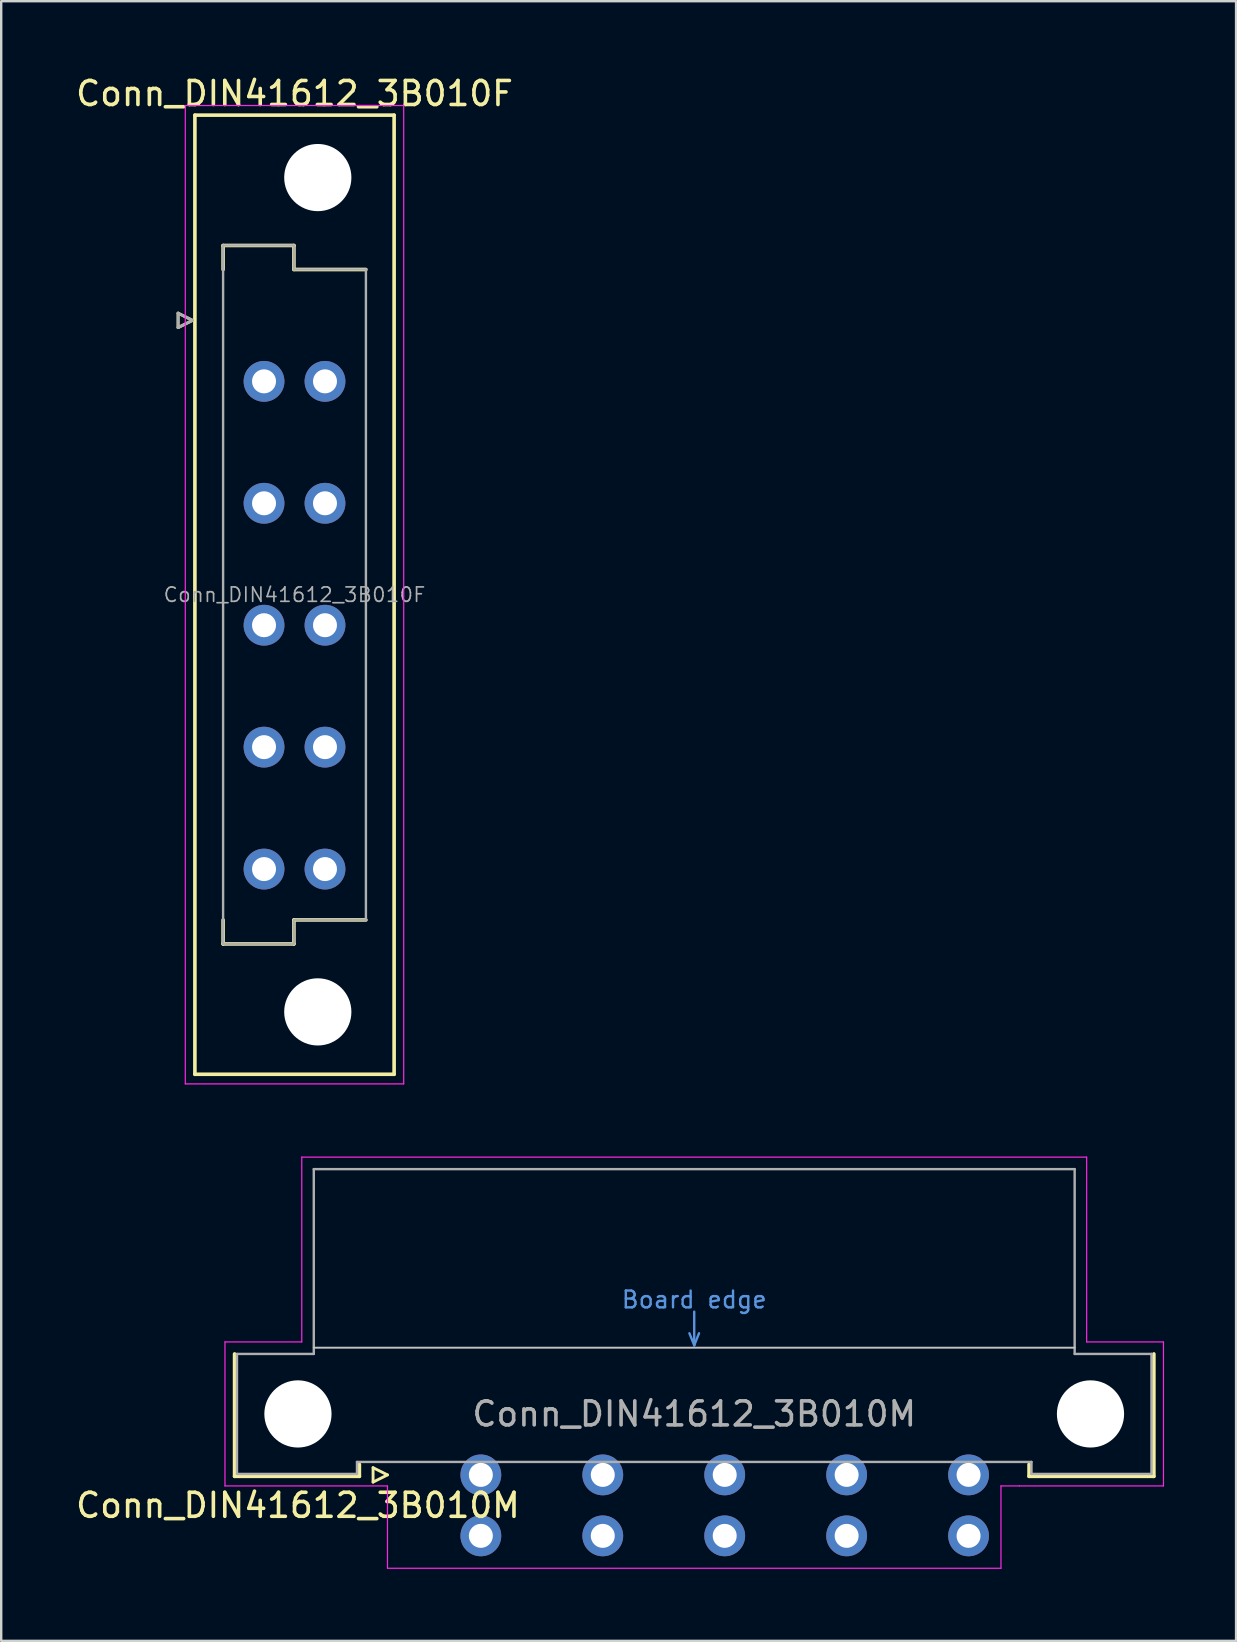
<source format=kicad_pcb>
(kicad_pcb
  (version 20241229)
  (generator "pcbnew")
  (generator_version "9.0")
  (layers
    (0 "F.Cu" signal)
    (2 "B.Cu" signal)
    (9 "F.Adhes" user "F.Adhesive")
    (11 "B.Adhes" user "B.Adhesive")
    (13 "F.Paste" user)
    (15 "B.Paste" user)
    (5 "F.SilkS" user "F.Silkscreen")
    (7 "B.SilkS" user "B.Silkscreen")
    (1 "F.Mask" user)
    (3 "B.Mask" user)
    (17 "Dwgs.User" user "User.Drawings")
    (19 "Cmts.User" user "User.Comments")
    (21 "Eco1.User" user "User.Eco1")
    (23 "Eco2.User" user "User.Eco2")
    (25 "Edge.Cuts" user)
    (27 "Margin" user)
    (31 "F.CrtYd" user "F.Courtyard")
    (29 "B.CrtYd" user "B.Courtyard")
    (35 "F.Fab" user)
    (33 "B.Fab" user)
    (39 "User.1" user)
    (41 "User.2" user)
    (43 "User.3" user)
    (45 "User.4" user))
  (footprint "Conn_DIN41612_3B010M"
    (layer "F.Cu")
    (at 14.443 58.398)
    (property "Reference" "Conn_DIN41612_3B010M" (at -5.08 1.27 0) (layer "F.SilkS") (effects (font (size 1 1) (thickness 0.15))))
    (attr through_hole)
    (fp_line (start -7.72 0.06) (end -7.72 -5.04) (stroke (width 0.15) (type solid)) (layer "F.SilkS"))
    (fp_line (start -2.52 -0.44) (end -2.52 0.06) (stroke (width 0.15) (type solid)) (layer "F.SilkS"))
    (fp_line (start -2.52 0.06) (end -7.72 0.06) (stroke (width 0.15) (type solid)) (layer "F.SilkS"))
    (fp_line (start -1.95 -0.3) (end -1.95 0.3) (stroke (width 0.12) (type solid)) (layer "F.SilkS"))
    (fp_line (start -1.95 0.3) (end -1.35 0) (stroke (width 0.12) (type solid)) (layer "F.SilkS"))
    (fp_line (start -1.35 0) (end -1.95 -0.3) (stroke (width 0.12) (type solid)) (layer "F.SilkS"))
    (fp_line (start 25.38 -0.44) (end 25.38 0.06) (stroke (width 0.15) (type solid)) (layer "F.SilkS"))
    (fp_line (start 25.38 0.06) (end 30.58 0.06) (stroke (width 0.15) (type solid)) (layer "F.SilkS"))
    (fp_line (start 30.58 0.06) (end 30.58 -5.04) (stroke (width 0.15) (type solid)) (layer "F.SilkS"))
    (fp_line (start -4.42 -5.3) (end 27.28 -5.3) (stroke (width 0.08) (type solid)) (layer "Dwgs.User"))
    (fp_line (start 11.23 -5.9) (end 11.43 -5.4) (stroke (width 0.1) (type solid)) (layer "Cmts.User"))
    (fp_line (start 11.43 -6.8) (end 11.43 -5.4) (stroke (width 0.1) (type solid)) (layer "Cmts.User"))
    (fp_line (start 11.43 -5.4) (end 11.63 -5.9) (stroke (width 0.1) (type solid)) (layer "Cmts.User"))
    (fp_line (start -8.12 -5.54) (end -4.92 -5.54) (stroke (width 0.05) (type solid)) (layer "F.CrtYd"))
    (fp_line (start -8.12 0.46) (end -8.12 -5.54) (stroke (width 0.05) (type solid)) (layer "F.CrtYd"))
    (fp_line (start -4.92 -13.24) (end 27.78 -13.24) (stroke (width 0.05) (type solid)) (layer "F.CrtYd"))
    (fp_line (start -4.92 -5.54) (end -4.92 -13.24) (stroke (width 0.05) (type solid)) (layer "F.CrtYd"))
    (fp_line (start -1.35 0.46) (end -8.12 0.46) (stroke (width 0.05) (type solid)) (layer "F.CrtYd"))
    (fp_line (start -1.35 3.89) (end -1.35 0.46) (stroke (width 0.05) (type solid)) (layer "F.CrtYd"))
    (fp_line (start 24.21 0.46) (end 24.21 3.89) (stroke (width 0.05) (type solid)) (layer "F.CrtYd"))
    (fp_line (start 24.21 3.89) (end -1.35 3.89) (stroke (width 0.05) (type solid)) (layer "F.CrtYd"))
    (fp_line (start 24.98 0.46) (end 24.21 0.46) (stroke (width 0.05) (type solid)) (layer "F.CrtYd"))
    (fp_line (start 27.78 -13.24) (end 27.78 -5.54) (stroke (width 0.05) (type solid)) (layer "F.CrtYd"))
    (fp_line (start 27.78 -5.54) (end 30.98 -5.54) (stroke (width 0.05) (type solid)) (layer "F.CrtYd"))
    (fp_line (start 30.98 -5.54) (end 30.98 0.46) (stroke (width 0.05) (type solid)) (layer "F.CrtYd"))
    (fp_line (start 30.98 0.46) (end 24.98 0.46) (stroke (width 0.05) (type solid)) (layer "F.CrtYd"))
    (fp_line (start -7.62 -5.04) (end -4.42 -5.04) (stroke (width 0.1) (type solid)) (layer "F.Fab"))
    (fp_line (start -7.62 -0.04) (end -7.62 -5.04) (stroke (width 0.1) (type solid)) (layer "F.Fab"))
    (fp_line (start -4.42 -12.74) (end 27.28 -12.74) (stroke (width 0.1) (type solid)) (layer "F.Fab"))
    (fp_line (start -4.42 -5.04) (end -4.42 -12.74) (stroke (width 0.1) (type solid)) (layer "F.Fab"))
    (fp_line (start -2.62 -0.54) (end -2.62 -0.04) (stroke (width 0.1) (type solid)) (layer "F.Fab"))
    (fp_line (start -2.62 -0.04) (end -7.62 -0.04) (stroke (width 0.1) (type solid)) (layer "F.Fab"))
    (fp_line (start 25.48 -0.54) (end -2.62 -0.54) (stroke (width 0.1) (type solid)) (layer "F.Fab"))
    (fp_line (start 25.48 -0.04) (end 25.48 -0.54) (stroke (width 0.1) (type solid)) (layer "F.Fab"))
    (fp_line (start 27.28 -12.74) (end 27.28 -5.04) (stroke (width 0.1) (type solid)) (layer "F.Fab"))
    (fp_line (start 27.28 -5.04) (end 30.48 -5.04) (stroke (width 0.1) (type solid)) (layer "F.Fab"))
    (fp_line (start 30.48 -5.04) (end 30.48 -0.04) (stroke (width 0.1) (type solid)) (layer "F.Fab"))
    (fp_line (start 30.48 -0.04) (end 25.48 -0.04) (stroke (width 0.1) (type solid)) (layer "F.Fab"))
    (fp_text user "Board edge" (at 11.43 -7.3 0) (layer "Cmts.User") (effects (font (size 0.7 0.7) (thickness 0.1))))
    (fp_text user "${REFERENCE}" (at 11.43 -2.54 0) (layer "F.Fab") (effects (font (size 1 1) (thickness 0.15))))
    (pad "" np_thru_hole circle (at -5.08 -2.54) (size 2.8 2.8) (drill 2.8) (layers "*.Cu" "*.Mask"))
    (pad "" np_thru_hole circle (at 27.94 -2.54) (size 2.8 2.8) (drill 2.8) (layers "*.Cu" "*.Mask"))
    (pad "A2" thru_hole circle (at 2.54 0) (size 1.7 1.7) (drill 1) (layers "*.Cu" "*.Mask"))
    (pad "A4" thru_hole circle (at 7.62 0) (size 1.7 1.7) (drill 1) (layers "*.Cu" "*.Mask"))
    (pad "A6" thru_hole circle (at 12.7 0) (size 1.7 1.7) (drill 1) (layers "*.Cu" "*.Mask"))
    (pad "A8" thru_hole circle (at 17.78 0) (size 1.7 1.7) (drill 1) (layers "*.Cu" "*.Mask"))
    (pad "A10" thru_hole circle (at 22.86 0) (size 1.7 1.7) (drill 1) (layers "*.Cu" "*.Mask"))
    (pad "B2" thru_hole circle (at 2.54 2.54) (size 1.7 1.7) (drill 1) (layers "*.Cu" "*.Mask"))
    (pad "B4" thru_hole circle (at 7.62 2.54) (size 1.7 1.7) (drill 1) (layers "*.Cu" "*.Mask"))
    (pad "B6" thru_hole circle (at 12.7 2.54) (size 1.7 1.7) (drill 1) (layers "*.Cu" "*.Mask"))
    (pad "B8" thru_hole circle (at 17.78 2.54) (size 1.7 1.7) (drill 1) (layers "*.Cu" "*.Mask"))
    (pad "B10" thru_hole circle (at 22.86 2.54) (size 1.7 1.7) (drill 1) (layers "*.Cu" "*.Mask")))
  (footprint "Conn_DIN41612_3B010F"
    (layer "F.Cu")
    (at 7.95 10.298)
    (property "Reference" "Conn_DIN41612_3B010F" (at 1.27 -9.45 0) (layer "F.SilkS") (effects (font (size 1 1) (thickness 0.15))))
    (attr through_hole)
    (fp_line (start -3.58 -0.3) (end -3.58 0.3) (stroke (width 0.12) (type solid)) (layer "F.SilkS"))
    (fp_line (start -3.58 0.3) (end -2.98 0) (stroke (width 0.12) (type solid)) (layer "F.SilkS"))
    (fp_line (start -2.98 0) (end -3.58 -0.3) (stroke (width 0.12) (type solid)) (layer "F.SilkS"))
    (fp_line (start -2.88 -8.55) (end -2.88 31.41) (stroke (width 0.15) (type solid)) (layer "F.SilkS"))
    (fp_line (start -2.88 31.41) (end 5.42 31.41) (stroke (width 0.15) (type solid)) (layer "F.SilkS"))
    (fp_line (start -1.705 -3.12) (end 1.245 -3.12) (stroke (width 0.15) (type solid)) (layer "F.SilkS"))
    (fp_line (start -1.705 -2.12) (end -1.705 -3.12) (stroke (width 0.15) (type solid)) (layer "F.SilkS"))
    (fp_line (start -1.705 25.98) (end -1.705 24.98) (stroke (width 0.15) (type solid)) (layer "F.SilkS"))
    (fp_line (start 1.245 -3.12) (end 1.245 -2.12) (stroke (width 0.15) (type solid)) (layer "F.SilkS"))
    (fp_line (start 1.245 -2.12) (end 4.245 -2.12) (stroke (width 0.15) (type solid)) (layer "F.SilkS"))
    (fp_line (start 1.245 24.98) (end 1.245 25.98) (stroke (width 0.15) (type solid)) (layer "F.SilkS"))
    (fp_line (start 1.245 25.98) (end -1.705 25.98) (stroke (width 0.15) (type solid)) (layer "F.SilkS"))
    (fp_line (start 4.245 24.98) (end 1.245 24.98) (stroke (width 0.15) (type solid)) (layer "F.SilkS"))
    (fp_line (start 5.42 -8.55) (end -2.88 -8.55) (stroke (width 0.15) (type solid)) (layer "F.SilkS"))
    (fp_line (start 5.42 31.41) (end 5.42 -8.55) (stroke (width 0.15) (type solid)) (layer "F.SilkS"))
    (fp_line (start -3.28 -8.95) (end -3.28 31.81) (stroke (width 0.05) (type solid)) (layer "F.CrtYd"))
    (fp_line (start -3.28 31.81) (end 5.82 31.81) (stroke (width 0.05) (type solid)) (layer "F.CrtYd"))
    (fp_line (start 5.82 -8.95) (end -3.28 -8.95) (stroke (width 0.05) (type solid)) (layer "F.CrtYd"))
    (fp_line (start 5.82 31.81) (end 5.82 -8.95) (stroke (width 0.05) (type solid)) (layer "F.CrtYd"))
    (fp_line (start -3.58 -0.3) (end -3.58 0.3) (stroke (width 0.12) (type solid)) (layer "F.Fab"))
    (fp_line (start -3.58 0.3) (end -2.98 0) (stroke (width 0.12) (type solid)) (layer "F.Fab"))
    (fp_line (start -2.98 0) (end -3.58 -0.3) (stroke (width 0.12) (type solid)) (layer "F.Fab"))
    (fp_line (start -1.705 -3.12) (end 1.245 -3.12) (stroke (width 0.1) (type solid)) (layer "F.Fab"))
    (fp_line (start -1.705 -2.12) (end -1.705 -3.12) (stroke (width 0.1) (type solid)) (layer "F.Fab"))
    (fp_line (start -1.705 24.98) (end -1.705 -2.12) (stroke (width 0.1) (type solid)) (layer "F.Fab"))
    (fp_line (start -1.705 25.98) (end -1.705 24.98) (stroke (width 0.1) (type solid)) (layer "F.Fab"))
    (fp_line (start 1.245 -3.12) (end 1.245 -2.12) (stroke (width 0.1) (type solid)) (layer "F.Fab"))
    (fp_line (start 1.245 -2.12) (end 4.245 -2.12) (stroke (width 0.1) (type solid)) (layer "F.Fab"))
    (fp_line (start 1.245 24.98) (end 1.245 25.98) (stroke (width 0.1) (type solid)) (layer "F.Fab"))
    (fp_line (start 1.245 25.98) (end -1.705 25.98) (stroke (width 0.1) (type solid)) (layer "F.Fab"))
    (fp_line (start 4.245 -2.12) (end 4.245 24.98) (stroke (width 0.1) (type solid)) (layer "F.Fab"))
    (fp_line (start 4.245 24.98) (end 1.245 24.98) (stroke (width 0.1) (type solid)) (layer "F.Fab"))
    (fp_text user "${REFERENCE}" (at 1.27 11.43 0) (layer "F.Fab") (effects (font (size 0.6 0.6) (thickness 0.07))))
    (pad "" np_thru_hole circle (at 2.24 -5.95) (size 2.8 2.8) (drill 2.8) (layers "*.Cu" "*.Mask"))
    (pad "" np_thru_hole circle (at 2.24 28.81) (size 2.8 2.8) (drill 2.8) (layers "*.Cu" "*.Mask"))
    (pad "A2" thru_hole circle (at 0 2.54) (size 1.7 1.7) (drill 1) (layers "*.Cu" "*.Mask"))
    (pad "A4" thru_hole circle (at 0 7.62) (size 1.7 1.7) (drill 1) (layers "*.Cu" "*.Mask"))
    (pad "A6" thru_hole circle (at 0 12.7) (size 1.7 1.7) (drill 1) (layers "*.Cu" "*.Mask"))
    (pad "A8" thru_hole circle (at 0 17.78) (size 1.7 1.7) (drill 1) (layers "*.Cu" "*.Mask"))
    (pad "A10" thru_hole circle (at 0 22.86) (size 1.7 1.7) (drill 1) (layers "*.Cu" "*.Mask"))
    (pad "B2" thru_hole circle (at 2.54 2.54) (size 1.7 1.7) (drill 1) (layers "*.Cu" "*.Mask"))
    (pad "B4" thru_hole circle (at 2.54 7.62) (size 1.7 1.7) (drill 1) (layers "*.Cu" "*.Mask"))
    (pad "B6" thru_hole circle (at 2.54 12.7) (size 1.7 1.7) (drill 1) (layers "*.Cu" "*.Mask"))
    (pad "B8" thru_hole circle (at 2.54 17.78) (size 1.7 1.7) (drill 1) (layers "*.Cu" "*.Mask"))
    (pad "B10" thru_hole circle (at 2.54 22.86) (size 1.7 1.7) (drill 1) (layers "*.Cu" "*.Mask")))
  (gr_rect
    (start -3 -3)
    (end 48.448 65.313)
    (stroke (width 0.1) (type default))
    (fill no)
    (layer "Edge.Cuts")))
</source>
